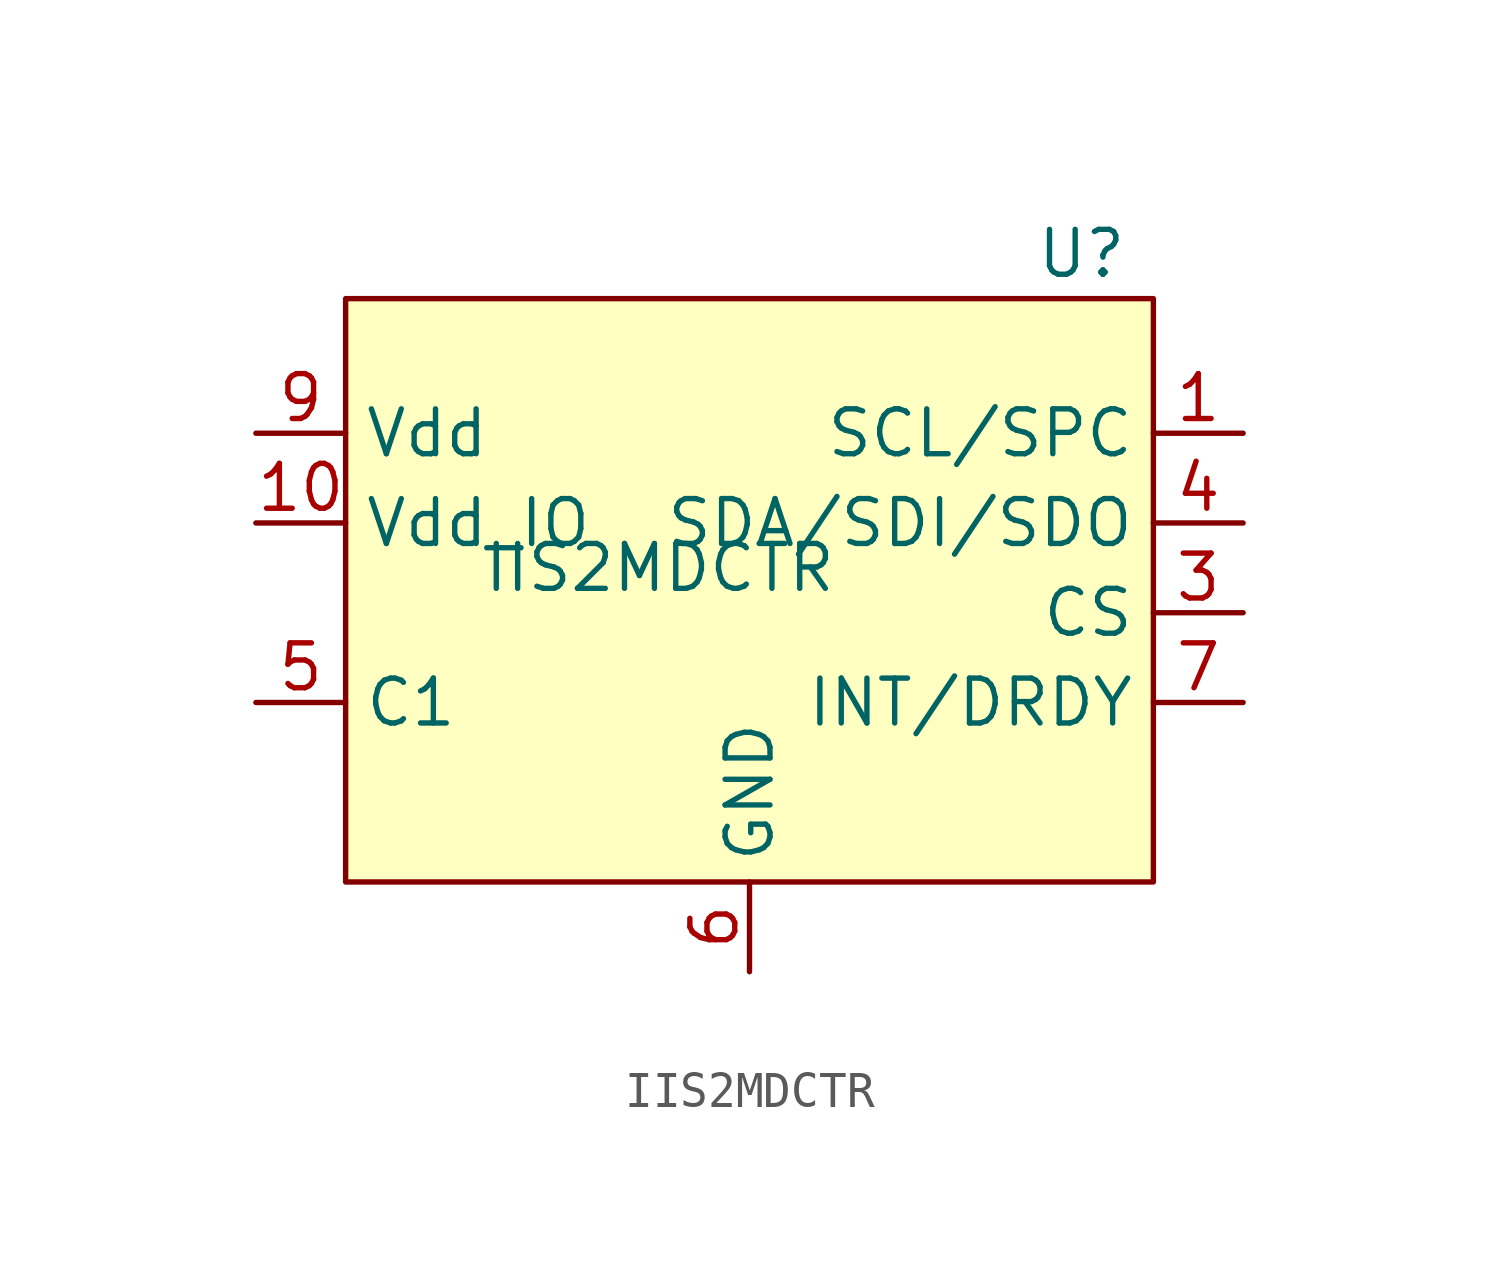
<source format=kicad_sym>
(kicad_symbol_lib
  (version 20231120)
  (generator "kicad_symbol_editor")
  (generator_version "8.0")
  (symbol "IIS2MDCTR"
    (property "Reference" "U"
      (at 9.398 10.16 0)
      (effects (font (size 1.27 1.27))))
    (property "Value" "IIS2MDCTR"
      (at -2.54 1.27 0)
      (effects (font (size 1.27 1.27))))
    (symbol "IIS2MDCTR_1_1"
      (rectangle (start -11.43 8.89) (end 11.43 -7.62) (stroke (width 0) (type default)) (fill (type background)))
      (pin input line (at 13.97 5.08 180) (length 2.54) (name "SCL/SPC" (effects (font (size 1.27 1.27)))) (number "1" (effects (font (size 1.27 1.27)))))
      (pin power_in line (at -13.97 2.54 0) (length 2.54) (name "Vdd_IO" (effects (font (size 1.27 1.27)))) (number "10" (effects (font (size 1.27 1.27)))))
      (pin no_connect line (at 8.89 -6.35 180) (length 2.54) hide (name "NC" (effects (font (size 1.27 1.27)))) (number "11" (effects (font (size 1.27 1.27)))))
      (pin no_connect line (at 8.89 -6.35 180) (length 2.54) hide (name "NC" (effects (font (size 1.27 1.27)))) (number "12" (effects (font (size 1.27 1.27)))))
      (pin no_connect line (at 8.89 -6.35 180) (length 2.54) hide (name "NC" (effects (font (size 1.27 1.27)))) (number "2" (effects (font (size 1.27 1.27)))))
      (pin input line (at 13.97 0 180) (length 2.54) (name "CS" (effects (font (size 1.27 1.27)))) (number "3" (effects (font (size 1.27 1.27)))))
      (pin bidirectional line (at 13.97 2.54 180) (length 2.54) (name "SDA/SDI/SDO" (effects (font (size 1.27 1.27)))) (number "4" (effects (font (size 1.27 1.27)))))
      (pin power_in line (at -13.97 -2.54 0) (length 2.54) (name "C1" (effects (font (size 1.27 1.27)))) (number "5" (effects (font (size 1.27 1.27)))))
      (pin power_out line (at 0 -10.16 90) (length 2.54) (name "GND" (effects (font (size 1.27 1.27)))) (number "6" (effects (font (size 1.27 1.27)))))
      (pin output line (at 13.97 -2.54 180) (length 2.54) (name "INT/DRDY" (effects (font (size 1.27 1.27)))) (number "7" (effects (font (size 1.27 1.27)))))
      (pin power_in line (at -13.97 5.08 0) (length 2.54) (name "Vdd" (effects (font (size 1.27 1.27)))) (number "9" (effects (font (size 1.27 1.27))))))))
</source>
